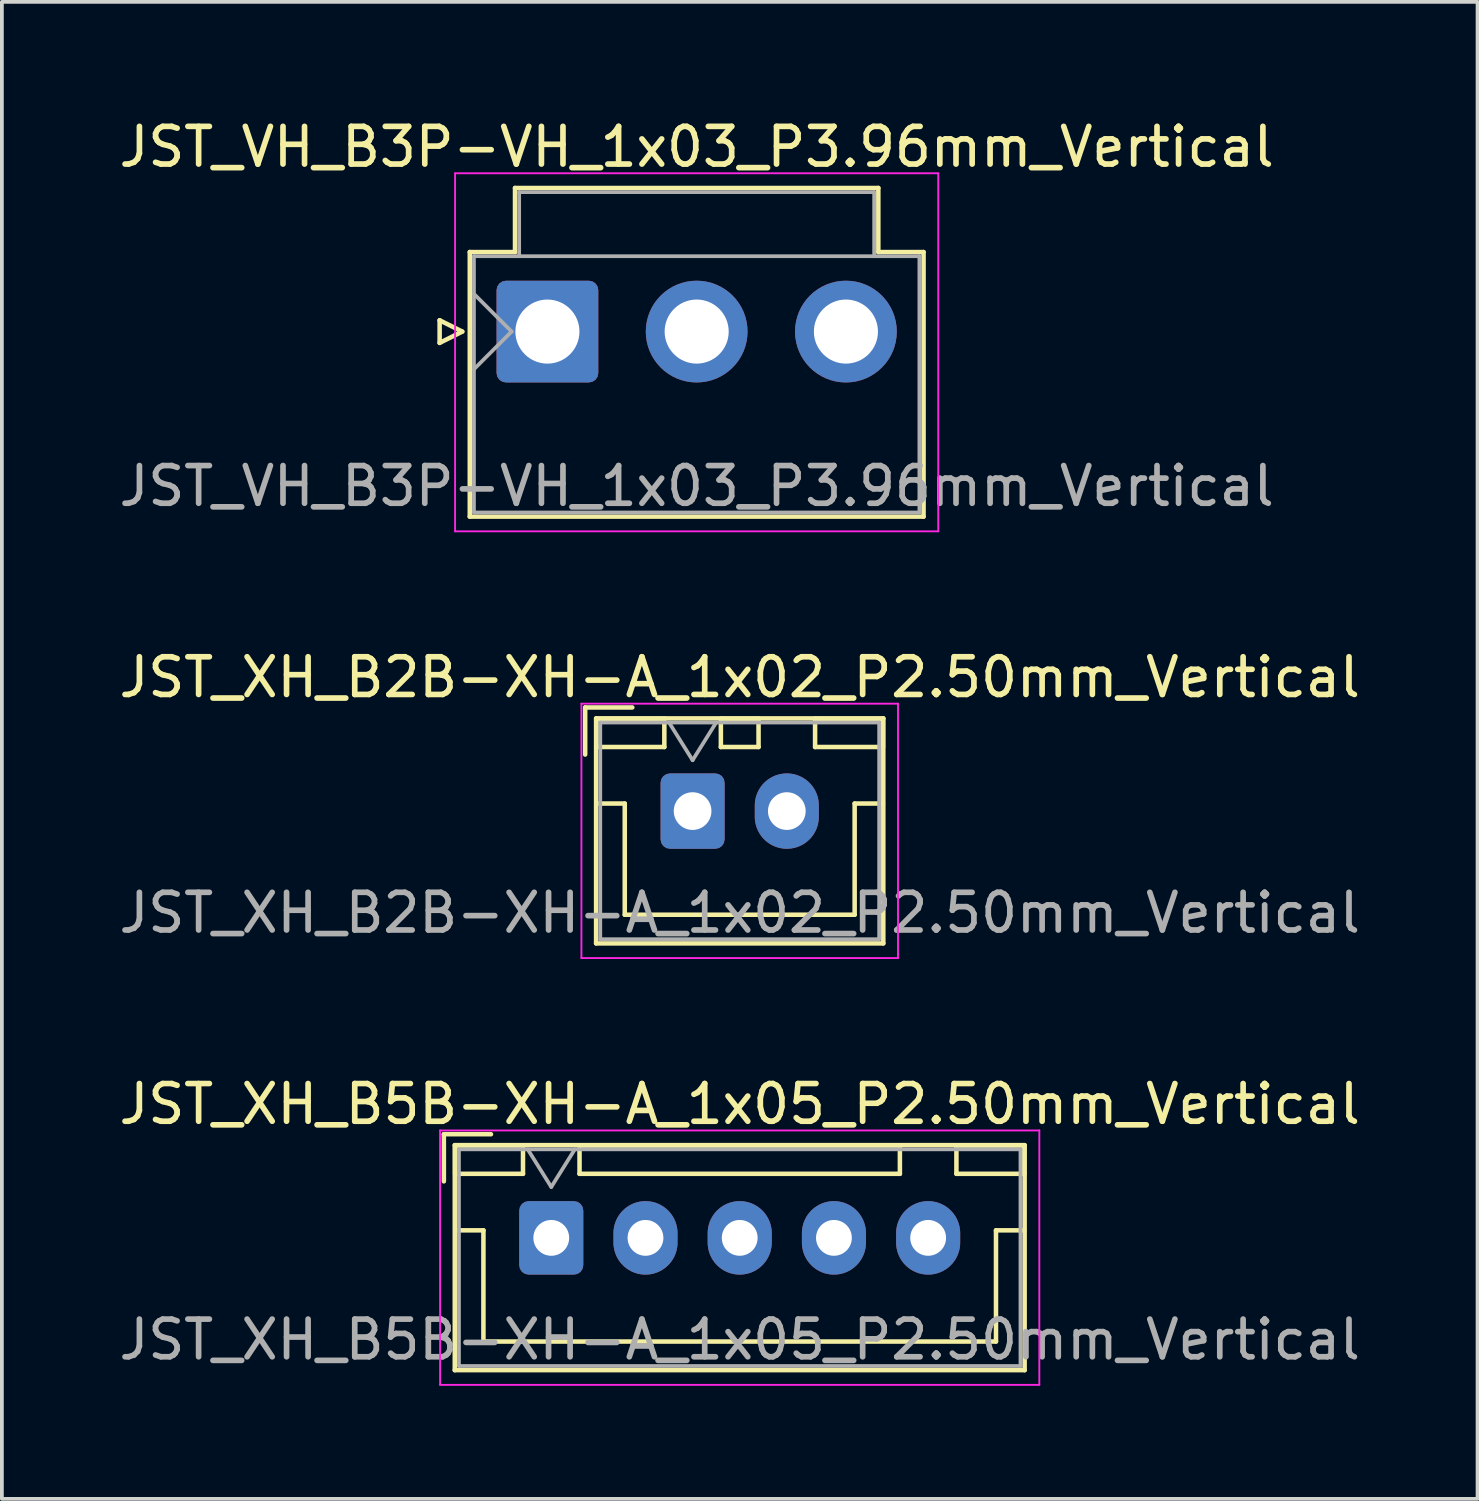
<source format=kicad_pcb>
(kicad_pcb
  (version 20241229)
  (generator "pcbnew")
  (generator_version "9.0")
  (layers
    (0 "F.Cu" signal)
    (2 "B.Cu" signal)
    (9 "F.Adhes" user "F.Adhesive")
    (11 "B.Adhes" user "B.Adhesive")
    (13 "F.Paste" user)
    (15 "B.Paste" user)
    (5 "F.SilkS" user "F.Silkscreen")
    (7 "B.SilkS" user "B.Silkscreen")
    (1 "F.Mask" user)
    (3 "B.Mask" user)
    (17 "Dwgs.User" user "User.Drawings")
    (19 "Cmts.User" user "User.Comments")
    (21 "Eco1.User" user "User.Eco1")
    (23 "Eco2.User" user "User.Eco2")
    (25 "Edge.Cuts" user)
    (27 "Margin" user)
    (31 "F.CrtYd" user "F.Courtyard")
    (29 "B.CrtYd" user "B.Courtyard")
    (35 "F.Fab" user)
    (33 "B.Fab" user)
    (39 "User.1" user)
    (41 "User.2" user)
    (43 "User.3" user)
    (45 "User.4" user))
  (footprint "JST_VH_B3P-VH_1x03_P3.96mm_Vertical"
    (layer "F.Cu")
    (at 11.475 5.748)
    (property "Reference" "JST_VH_B3P-VH_1x03_P3.96mm_Vertical" (at 3.96 -4.9 0) (layer "F.SilkS") (effects (font (size 1 1) (thickness 0.15))))
    (attr through_hole)
    (fp_line (start -2.86 -0.3) (end -2.26 0) (stroke (width 0.12) (type solid)) (layer "F.SilkS"))
    (fp_line (start -2.86 0.3) (end -2.86 -0.3) (stroke (width 0.12) (type solid)) (layer "F.SilkS"))
    (fp_line (start -2.26 0) (end -2.86 0.3) (stroke (width 0.12) (type solid)) (layer "F.SilkS"))
    (fp_line (start -2.06 -2.11) (end -0.86 -2.11) (stroke (width 0.12) (type solid)) (layer "F.SilkS"))
    (fp_line (start -2.06 4.91) (end -2.06 -2.11) (stroke (width 0.12) (type solid)) (layer "F.SilkS"))
    (fp_line (start -0.86 -3.81) (end 8.78 -3.81) (stroke (width 0.12) (type solid)) (layer "F.SilkS"))
    (fp_line (start -0.86 -2.11) (end -0.86 -3.81) (stroke (width 0.12) (type solid)) (layer "F.SilkS"))
    (fp_line (start 8.78 -3.81) (end 8.78 -2.11) (stroke (width 0.12) (type solid)) (layer "F.SilkS"))
    (fp_line (start 8.78 -2.11) (end 9.98 -2.11) (stroke (width 0.12) (type solid)) (layer "F.SilkS"))
    (fp_line (start 9.98 -2.11) (end 9.98 4.91) (stroke (width 0.12) (type solid)) (layer "F.SilkS"))
    (fp_line (start 9.98 4.91) (end -2.06 4.91) (stroke (width 0.12) (type solid)) (layer "F.SilkS"))
    (fp_line (start -2.45 -4.2) (end -2.45 5.3) (stroke (width 0.05) (type solid)) (layer "F.CrtYd"))
    (fp_line (start -2.45 5.3) (end 10.37 5.3) (stroke (width 0.05) (type solid)) (layer "F.CrtYd"))
    (fp_line (start 10.37 -4.2) (end -2.45 -4.2) (stroke (width 0.05) (type solid)) (layer "F.CrtYd"))
    (fp_line (start 10.37 5.3) (end 10.37 -4.2) (stroke (width 0.05) (type solid)) (layer "F.CrtYd"))
    (fp_line (start -1.95 -2) (end -1.95 4.8) (stroke (width 0.1) (type solid)) (layer "F.Fab"))
    (fp_line (start -1.95 -1) (end -0.95 0) (stroke (width 0.1) (type solid)) (layer "F.Fab"))
    (fp_line (start -1.95 1) (end -0.95 0) (stroke (width 0.1) (type solid)) (layer "F.Fab"))
    (fp_line (start -1.95 4.8) (end 9.87 4.8) (stroke (width 0.1) (type solid)) (layer "F.Fab"))
    (fp_line (start -0.75 -3.7) (end 8.67 -3.7) (stroke (width 0.1) (type solid)) (layer "F.Fab"))
    (fp_line (start -0.75 -2) (end -0.75 -3.7) (stroke (width 0.1) (type solid)) (layer "F.Fab"))
    (fp_line (start 8.67 -3.7) (end 8.67 -2) (stroke (width 0.1) (type solid)) (layer "F.Fab"))
    (fp_line (start 9.87 -2) (end -1.95 -2) (stroke (width 0.1) (type solid)) (layer "F.Fab"))
    (fp_line (start 9.87 4.8) (end 9.87 -2) (stroke (width 0.1) (type solid)) (layer "F.Fab"))
    (fp_text user "${REFERENCE}" (at 3.96 4.1 0) (layer "F.Fab") (effects (font (size 1 1) (thickness 0.15))))
    (pad "1" thru_hole roundrect (at 0 0) (size 2.7 2.7) (drill 1.7) (layers "*.Cu" "*.Mask") (roundrect_rratio 0.093))
    (pad "2" thru_hole circle (at 3.96 0) (size 2.7 2.7) (drill 1.7) (layers "*.Cu" "*.Mask"))
    (pad "3" thru_hole circle (at 7.92 0) (size 2.7 2.7) (drill 1.7) (layers "*.Cu" "*.Mask")))
  (footprint "JST_XH_B5B-XH-A_1x05_P2.50mm_Vertical"
    (layer "F.Cu")
    (at 11.577 29.795)
    (property "Reference" "JST_XH_B5B-XH-A_1x05_P2.50mm_Vertical" (at 5 -3.55 0) (layer "F.SilkS") (effects (font (size 1 1) (thickness 0.15))))
    (attr through_hole)
    (fp_line (start -2.85 -2.75) (end -2.85 -1.5) (stroke (width 0.12) (type solid)) (layer "F.SilkS"))
    (fp_line (start -2.56 -2.46) (end -2.56 3.51) (stroke (width 0.12) (type solid)) (layer "F.SilkS"))
    (fp_line (start -2.56 3.51) (end 12.56 3.51) (stroke (width 0.12) (type solid)) (layer "F.SilkS"))
    (fp_line (start -2.55 -2.45) (end -2.55 -1.7) (stroke (width 0.12) (type solid)) (layer "F.SilkS"))
    (fp_line (start -2.55 -1.7) (end -0.75 -1.7) (stroke (width 0.12) (type solid)) (layer "F.SilkS"))
    (fp_line (start -2.55 -0.2) (end -1.8 -0.2) (stroke (width 0.12) (type solid)) (layer "F.SilkS"))
    (fp_line (start -1.8 -0.2) (end -1.8 2.75) (stroke (width 0.12) (type solid)) (layer "F.SilkS"))
    (fp_line (start -1.8 2.75) (end 5 2.75) (stroke (width 0.12) (type solid)) (layer "F.SilkS"))
    (fp_line (start -1.6 -2.75) (end -2.85 -2.75) (stroke (width 0.12) (type solid)) (layer "F.SilkS"))
    (fp_line (start -0.75 -2.45) (end -2.55 -2.45) (stroke (width 0.12) (type solid)) (layer "F.SilkS"))
    (fp_line (start -0.75 -1.7) (end -0.75 -2.45) (stroke (width 0.12) (type solid)) (layer "F.SilkS"))
    (fp_line (start 0.75 -2.45) (end 0.75 -1.7) (stroke (width 0.12) (type solid)) (layer "F.SilkS"))
    (fp_line (start 0.75 -1.7) (end 9.25 -1.7) (stroke (width 0.12) (type solid)) (layer "F.SilkS"))
    (fp_line (start 9.25 -2.45) (end 0.75 -2.45) (stroke (width 0.12) (type solid)) (layer "F.SilkS"))
    (fp_line (start 9.25 -1.7) (end 9.25 -2.45) (stroke (width 0.12) (type solid)) (layer "F.SilkS"))
    (fp_line (start 10.75 -2.45) (end 10.75 -1.7) (stroke (width 0.12) (type solid)) (layer "F.SilkS"))
    (fp_line (start 10.75 -1.7) (end 12.55 -1.7) (stroke (width 0.12) (type solid)) (layer "F.SilkS"))
    (fp_line (start 11.8 -0.2) (end 11.8 2.75) (stroke (width 0.12) (type solid)) (layer "F.SilkS"))
    (fp_line (start 11.8 2.75) (end 5 2.75) (stroke (width 0.12) (type solid)) (layer "F.SilkS"))
    (fp_line (start 12.55 -2.45) (end 10.75 -2.45) (stroke (width 0.12) (type solid)) (layer "F.SilkS"))
    (fp_line (start 12.55 -1.7) (end 12.55 -2.45) (stroke (width 0.12) (type solid)) (layer "F.SilkS"))
    (fp_line (start 12.55 -0.2) (end 11.8 -0.2) (stroke (width 0.12) (type solid)) (layer "F.SilkS"))
    (fp_line (start 12.56 -2.46) (end -2.56 -2.46) (stroke (width 0.12) (type solid)) (layer "F.SilkS"))
    (fp_line (start 12.56 3.51) (end 12.56 -2.46) (stroke (width 0.12) (type solid)) (layer "F.SilkS"))
    (fp_line (start -2.95 -2.85) (end -2.95 3.9) (stroke (width 0.05) (type solid)) (layer "F.CrtYd"))
    (fp_line (start -2.95 3.9) (end 12.95 3.9) (stroke (width 0.05) (type solid)) (layer "F.CrtYd"))
    (fp_line (start 12.95 -2.85) (end -2.95 -2.85) (stroke (width 0.05) (type solid)) (layer "F.CrtYd"))
    (fp_line (start 12.95 3.9) (end 12.95 -2.85) (stroke (width 0.05) (type solid)) (layer "F.CrtYd"))
    (fp_line (start -2.45 -2.35) (end -2.45 3.4) (stroke (width 0.1) (type solid)) (layer "F.Fab"))
    (fp_line (start -2.45 3.4) (end 12.45 3.4) (stroke (width 0.1) (type solid)) (layer "F.Fab"))
    (fp_line (start -0.625 -2.35) (end 0 -1.35) (stroke (width 0.1) (type solid)) (layer "F.Fab"))
    (fp_line (start 0 -1.35) (end 0.625 -2.35) (stroke (width 0.1) (type solid)) (layer "F.Fab"))
    (fp_line (start 12.45 -2.35) (end -2.45 -2.35) (stroke (width 0.1) (type solid)) (layer "F.Fab"))
    (fp_line (start 12.45 3.4) (end 12.45 -2.35) (stroke (width 0.1) (type solid)) (layer "F.Fab"))
    (fp_text user "${REFERENCE}" (at 5 2.7 0) (layer "F.Fab") (effects (font (size 1 1) (thickness 0.15))))
    (pad "1" thru_hole roundrect (at 0 0) (size 1.7 1.95) (drill 0.95) (layers "*.Cu" "*.Mask") (roundrect_rratio 0.147))
    (pad "2" thru_hole oval (at 2.5 0) (size 1.7 1.95) (drill 0.95) (layers "*.Cu" "*.Mask"))
    (pad "3" thru_hole oval (at 5 0) (size 1.7 1.95) (drill 0.95) (layers "*.Cu" "*.Mask"))
    (pad "4" thru_hole oval (at 7.5 0) (size 1.7 1.95) (drill 0.95) (layers "*.Cu" "*.Mask"))
    (pad "5" thru_hole oval (at 10 0) (size 1.7 1.95) (drill 0.95) (layers "*.Cu" "*.Mask")))
  (footprint "JST_XH_B2B-XH-A_1x02_P2.50mm_Vertical"
    (layer "F.Cu")
    (at 15.327 18.471)
    (property "Reference" "JST_XH_B2B-XH-A_1x02_P2.50mm_Vertical" (at 1.25 -3.55 0) (layer "F.SilkS") (effects (font (size 1 1) (thickness 0.15))))
    (attr through_hole)
    (fp_line (start -2.85 -2.75) (end -2.85 -1.5) (stroke (width 0.12) (type solid)) (layer "F.SilkS"))
    (fp_line (start -2.56 -2.46) (end -2.56 3.51) (stroke (width 0.12) (type solid)) (layer "F.SilkS"))
    (fp_line (start -2.56 3.51) (end 5.06 3.51) (stroke (width 0.12) (type solid)) (layer "F.SilkS"))
    (fp_line (start -2.55 -2.45) (end -2.55 -1.7) (stroke (width 0.12) (type solid)) (layer "F.SilkS"))
    (fp_line (start -2.55 -1.7) (end -0.75 -1.7) (stroke (width 0.12) (type solid)) (layer "F.SilkS"))
    (fp_line (start -2.55 -0.2) (end -1.8 -0.2) (stroke (width 0.12) (type solid)) (layer "F.SilkS"))
    (fp_line (start -1.8 -0.2) (end -1.8 2.75) (stroke (width 0.12) (type solid)) (layer "F.SilkS"))
    (fp_line (start -1.8 2.75) (end 1.25 2.75) (stroke (width 0.12) (type solid)) (layer "F.SilkS"))
    (fp_line (start -1.6 -2.75) (end -2.85 -2.75) (stroke (width 0.12) (type solid)) (layer "F.SilkS"))
    (fp_line (start -0.75 -2.45) (end -2.55 -2.45) (stroke (width 0.12) (type solid)) (layer "F.SilkS"))
    (fp_line (start -0.75 -1.7) (end -0.75 -2.45) (stroke (width 0.12) (type solid)) (layer "F.SilkS"))
    (fp_line (start 0.75 -2.45) (end 0.75 -1.7) (stroke (width 0.12) (type solid)) (layer "F.SilkS"))
    (fp_line (start 0.75 -1.7) (end 1.75 -1.7) (stroke (width 0.12) (type solid)) (layer "F.SilkS"))
    (fp_line (start 1.75 -2.45) (end 0.75 -2.45) (stroke (width 0.12) (type solid)) (layer "F.SilkS"))
    (fp_line (start 1.75 -1.7) (end 1.75 -2.45) (stroke (width 0.12) (type solid)) (layer "F.SilkS"))
    (fp_line (start 3.25 -2.45) (end 3.25 -1.7) (stroke (width 0.12) (type solid)) (layer "F.SilkS"))
    (fp_line (start 3.25 -1.7) (end 5.05 -1.7) (stroke (width 0.12) (type solid)) (layer "F.SilkS"))
    (fp_line (start 4.3 -0.2) (end 4.3 2.75) (stroke (width 0.12) (type solid)) (layer "F.SilkS"))
    (fp_line (start 4.3 2.75) (end 1.25 2.75) (stroke (width 0.12) (type solid)) (layer "F.SilkS"))
    (fp_line (start 5.05 -2.45) (end 3.25 -2.45) (stroke (width 0.12) (type solid)) (layer "F.SilkS"))
    (fp_line (start 5.05 -1.7) (end 5.05 -2.45) (stroke (width 0.12) (type solid)) (layer "F.SilkS"))
    (fp_line (start 5.05 -0.2) (end 4.3 -0.2) (stroke (width 0.12) (type solid)) (layer "F.SilkS"))
    (fp_line (start 5.06 -2.46) (end -2.56 -2.46) (stroke (width 0.12) (type solid)) (layer "F.SilkS"))
    (fp_line (start 5.06 3.51) (end 5.06 -2.46) (stroke (width 0.12) (type solid)) (layer "F.SilkS"))
    (fp_line (start -2.95 -2.85) (end -2.95 3.9) (stroke (width 0.05) (type solid)) (layer "F.CrtYd"))
    (fp_line (start -2.95 3.9) (end 5.45 3.9) (stroke (width 0.05) (type solid)) (layer "F.CrtYd"))
    (fp_line (start 5.45 -2.85) (end -2.95 -2.85) (stroke (width 0.05) (type solid)) (layer "F.CrtYd"))
    (fp_line (start 5.45 3.9) (end 5.45 -2.85) (stroke (width 0.05) (type solid)) (layer "F.CrtYd"))
    (fp_line (start -2.45 -2.35) (end -2.45 3.4) (stroke (width 0.1) (type solid)) (layer "F.Fab"))
    (fp_line (start -2.45 3.4) (end 4.95 3.4) (stroke (width 0.1) (type solid)) (layer "F.Fab"))
    (fp_line (start -0.625 -2.35) (end 0 -1.35) (stroke (width 0.1) (type solid)) (layer "F.Fab"))
    (fp_line (start 0 -1.35) (end 0.625 -2.35) (stroke (width 0.1) (type solid)) (layer "F.Fab"))
    (fp_line (start 4.95 -2.35) (end -2.45 -2.35) (stroke (width 0.1) (type solid)) (layer "F.Fab"))
    (fp_line (start 4.95 3.4) (end 4.95 -2.35) (stroke (width 0.1) (type solid)) (layer "F.Fab"))
    (fp_text user "${REFERENCE}" (at 1.25 2.7 0) (layer "F.Fab") (effects (font (size 1 1) (thickness 0.15))))
    (pad "1" thru_hole roundrect (at 0 0) (size 1.7 2) (drill 1) (layers "*.Cu" "*.Mask") (roundrect_rratio 0.147))
    (pad "2" thru_hole oval (at 2.5 0) (size 1.7 2) (drill 1) (layers "*.Cu" "*.Mask")))
  (gr_rect
    (start -3 -3)
    (end 36.155 36.72)
    (stroke (width 0.1) (type default))
    (fill no)
    (layer "Edge.Cuts")))
</source>
